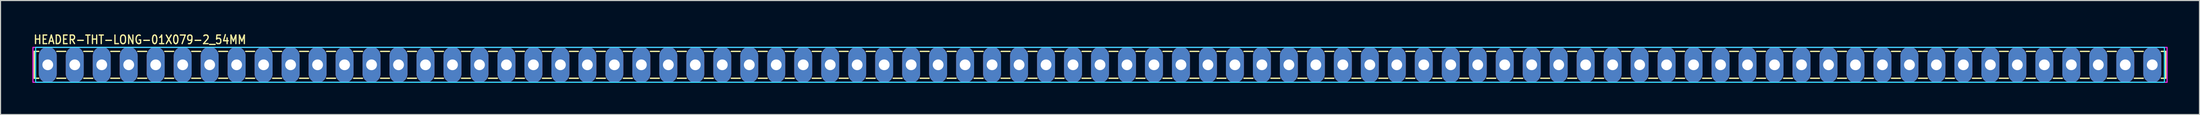
<source format=kicad_pcb>
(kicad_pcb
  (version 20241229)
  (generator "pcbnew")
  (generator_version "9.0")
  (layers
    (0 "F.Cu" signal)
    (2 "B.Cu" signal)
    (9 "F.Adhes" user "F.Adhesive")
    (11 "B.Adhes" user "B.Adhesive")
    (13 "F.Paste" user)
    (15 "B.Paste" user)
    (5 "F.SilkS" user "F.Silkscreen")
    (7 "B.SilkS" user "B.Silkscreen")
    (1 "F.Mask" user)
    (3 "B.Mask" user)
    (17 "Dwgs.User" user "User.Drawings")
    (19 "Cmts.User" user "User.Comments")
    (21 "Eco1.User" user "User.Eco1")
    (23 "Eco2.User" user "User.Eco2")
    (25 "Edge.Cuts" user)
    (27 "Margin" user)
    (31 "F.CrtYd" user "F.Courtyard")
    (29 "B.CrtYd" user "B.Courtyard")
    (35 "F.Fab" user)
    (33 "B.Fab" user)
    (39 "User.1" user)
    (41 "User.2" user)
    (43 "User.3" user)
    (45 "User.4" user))
  (footprint "HEADER-THT-LONG-01X079-2_54MM"
    (layer "F.Cu")
    (at 1.447 3.079)
    (property "Reference" "HEADER-THT-LONG-01X079-2_54MM" (at -1.4 -1.9 0) (unlocked yes) (layer "F.SilkS") (effects (font (size 0.813 0.695) (thickness 0.122)) (justify left bottom)))
    (fp_line (start -1.27 -1.27) (end -1.27 1.27) (stroke (width 0.127) (type solid)) (layer "F.SilkS"))
    (fp_line (start -1.27 1.27) (end -0.85 1.27) (stroke (width 0.127) (type solid)) (layer "F.SilkS"))
    (fp_line (start -0.85 -1.27) (end -1.27 -1.27) (stroke (width 0.127) (type solid)) (layer "F.SilkS"))
    (fp_line (start 0.85 -1.27) (end 1.69 -1.27) (stroke (width 0.127) (type solid)) (layer "F.SilkS"))
    (fp_line (start 0.85 1.27) (end 1.69 1.27) (stroke (width 0.127) (type solid)) (layer "F.SilkS"))
    (fp_line (start 3.39 -1.27) (end 4.23 -1.27) (stroke (width 0.127) (type solid)) (layer "F.SilkS"))
    (fp_line (start 3.39 1.27) (end 4.23 1.27) (stroke (width 0.127) (type solid)) (layer "F.SilkS"))
    (fp_line (start 5.93 -1.27) (end 6.77 -1.27) (stroke (width 0.127) (type solid)) (layer "F.SilkS"))
    (fp_line (start 5.93 1.27) (end 6.77 1.27) (stroke (width 0.127) (type solid)) (layer "F.SilkS"))
    (fp_line (start 8.47 -1.27) (end 9.31 -1.27) (stroke (width 0.127) (type solid)) (layer "F.SilkS"))
    (fp_line (start 8.47 1.27) (end 9.31 1.27) (stroke (width 0.127) (type solid)) (layer "F.SilkS"))
    (fp_line (start 11.01 -1.27) (end 11.85 -1.27) (stroke (width 0.127) (type solid)) (layer "F.SilkS"))
    (fp_line (start 11.01 1.27) (end 11.85 1.27) (stroke (width 0.127) (type solid)) (layer "F.SilkS"))
    (fp_line (start 13.55 -1.27) (end 14.39 -1.27) (stroke (width 0.127) (type solid)) (layer "F.SilkS"))
    (fp_line (start 13.55 1.27) (end 14.39 1.27) (stroke (width 0.127) (type solid)) (layer "F.SilkS"))
    (fp_line (start 16.09 -1.27) (end 16.93 -1.27) (stroke (width 0.127) (type solid)) (layer "F.SilkS"))
    (fp_line (start 16.09 1.27) (end 16.93 1.27) (stroke (width 0.127) (type solid)) (layer "F.SilkS"))
    (fp_line (start 18.63 -1.27) (end 19.47 -1.27) (stroke (width 0.127) (type solid)) (layer "F.SilkS"))
    (fp_line (start 18.63 1.27) (end 19.47 1.27) (stroke (width 0.127) (type solid)) (layer "F.SilkS"))
    (fp_line (start 21.17 -1.27) (end 22.01 -1.27) (stroke (width 0.127) (type solid)) (layer "F.SilkS"))
    (fp_line (start 21.17 1.27) (end 22.01 1.27) (stroke (width 0.127) (type solid)) (layer "F.SilkS"))
    (fp_line (start 23.71 -1.27) (end 24.55 -1.27) (stroke (width 0.127) (type solid)) (layer "F.SilkS"))
    (fp_line (start 23.71 1.27) (end 24.55 1.27) (stroke (width 0.127) (type solid)) (layer "F.SilkS"))
    (fp_line (start 26.25 -1.27) (end 27.09 -1.27) (stroke (width 0.127) (type solid)) (layer "F.SilkS"))
    (fp_line (start 26.25 1.27) (end 27.09 1.27) (stroke (width 0.127) (type solid)) (layer "F.SilkS"))
    (fp_line (start 28.79 -1.27) (end 29.63 -1.27) (stroke (width 0.127) (type solid)) (layer "F.SilkS"))
    (fp_line (start 28.79 1.27) (end 29.63 1.27) (stroke (width 0.127) (type solid)) (layer "F.SilkS"))
    (fp_line (start 31.33 -1.27) (end 32.17 -1.27) (stroke (width 0.127) (type solid)) (layer "F.SilkS"))
    (fp_line (start 31.33 1.27) (end 32.17 1.27) (stroke (width 0.127) (type solid)) (layer "F.SilkS"))
    (fp_line (start 33.87 -1.27) (end 34.71 -1.27) (stroke (width 0.127) (type solid)) (layer "F.SilkS"))
    (fp_line (start 33.87 1.27) (end 34.71 1.27) (stroke (width 0.127) (type solid)) (layer "F.SilkS"))
    (fp_line (start 36.41 -1.27) (end 37.25 -1.27) (stroke (width 0.127) (type solid)) (layer "F.SilkS"))
    (fp_line (start 36.41 1.27) (end 37.25 1.27) (stroke (width 0.127) (type solid)) (layer "F.SilkS"))
    (fp_line (start 38.95 -1.27) (end 39.79 -1.27) (stroke (width 0.127) (type solid)) (layer "F.SilkS"))
    (fp_line (start 38.95 1.27) (end 39.79 1.27) (stroke (width 0.127) (type solid)) (layer "F.SilkS"))
    (fp_line (start 41.49 -1.27) (end 42.33 -1.27) (stroke (width 0.127) (type solid)) (layer "F.SilkS"))
    (fp_line (start 41.49 1.27) (end 42.33 1.27) (stroke (width 0.127) (type solid)) (layer "F.SilkS"))
    (fp_line (start 44.03 -1.27) (end 44.87 -1.27) (stroke (width 0.127) (type solid)) (layer "F.SilkS"))
    (fp_line (start 44.03 1.27) (end 44.87 1.27) (stroke (width 0.127) (type solid)) (layer "F.SilkS"))
    (fp_line (start 46.57 -1.27) (end 47.41 -1.27) (stroke (width 0.127) (type solid)) (layer "F.SilkS"))
    (fp_line (start 46.57 1.27) (end 47.41 1.27) (stroke (width 0.127) (type solid)) (layer "F.SilkS"))
    (fp_line (start 49.11 -1.27) (end 49.95 -1.27) (stroke (width 0.127) (type solid)) (layer "F.SilkS"))
    (fp_line (start 49.11 1.27) (end 49.95 1.27) (stroke (width 0.127) (type solid)) (layer "F.SilkS"))
    (fp_line (start 51.65 -1.27) (end 52.49 -1.27) (stroke (width 0.127) (type solid)) (layer "F.SilkS"))
    (fp_line (start 51.65 1.27) (end 52.49 1.27) (stroke (width 0.127) (type solid)) (layer "F.SilkS"))
    (fp_line (start 54.19 -1.27) (end 55.03 -1.27) (stroke (width 0.127) (type solid)) (layer "F.SilkS"))
    (fp_line (start 54.19 1.27) (end 55.03 1.27) (stroke (width 0.127) (type solid)) (layer "F.SilkS"))
    (fp_line (start 56.73 -1.27) (end 57.57 -1.27) (stroke (width 0.127) (type solid)) (layer "F.SilkS"))
    (fp_line (start 56.73 1.27) (end 57.57 1.27) (stroke (width 0.127) (type solid)) (layer "F.SilkS"))
    (fp_line (start 59.27 -1.27) (end 60.11 -1.27) (stroke (width 0.127) (type solid)) (layer "F.SilkS"))
    (fp_line (start 59.27 1.27) (end 60.11 1.27) (stroke (width 0.127) (type solid)) (layer "F.SilkS"))
    (fp_line (start 61.81 -1.27) (end 62.65 -1.27) (stroke (width 0.127) (type solid)) (layer "F.SilkS"))
    (fp_line (start 61.81 1.27) (end 62.65 1.27) (stroke (width 0.127) (type solid)) (layer "F.SilkS"))
    (fp_line (start 64.35 -1.27) (end 65.19 -1.27) (stroke (width 0.127) (type solid)) (layer "F.SilkS"))
    (fp_line (start 64.35 1.27) (end 65.19 1.27) (stroke (width 0.127) (type solid)) (layer "F.SilkS"))
    (fp_line (start 66.89 -1.27) (end 67.73 -1.27) (stroke (width 0.127) (type solid)) (layer "F.SilkS"))
    (fp_line (start 66.89 1.27) (end 67.73 1.27) (stroke (width 0.127) (type solid)) (layer "F.SilkS"))
    (fp_line (start 69.43 -1.27) (end 70.27 -1.27) (stroke (width 0.127) (type solid)) (layer "F.SilkS"))
    (fp_line (start 69.43 1.27) (end 70.27 1.27) (stroke (width 0.127) (type solid)) (layer "F.SilkS"))
    (fp_line (start 71.97 -1.27) (end 72.81 -1.27) (stroke (width 0.127) (type solid)) (layer "F.SilkS"))
    (fp_line (start 71.97 1.27) (end 72.81 1.27) (stroke (width 0.127) (type solid)) (layer "F.SilkS"))
    (fp_line (start 74.51 -1.27) (end 75.35 -1.27) (stroke (width 0.127) (type solid)) (layer "F.SilkS"))
    (fp_line (start 74.51 1.27) (end 75.35 1.27) (stroke (width 0.127) (type solid)) (layer "F.SilkS"))
    (fp_line (start 77.05 -1.27) (end 77.89 -1.27) (stroke (width 0.127) (type solid)) (layer "F.SilkS"))
    (fp_line (start 77.05 1.27) (end 77.89 1.27) (stroke (width 0.127) (type solid)) (layer "F.SilkS"))
    (fp_line (start 79.59 -1.27) (end 80.43 -1.27) (stroke (width 0.127) (type solid)) (layer "F.SilkS"))
    (fp_line (start 79.59 1.27) (end 80.43 1.27) (stroke (width 0.127) (type solid)) (layer "F.SilkS"))
    (fp_line (start 82.13 -1.27) (end 82.97 -1.27) (stroke (width 0.127) (type solid)) (layer "F.SilkS"))
    (fp_line (start 82.13 1.27) (end 82.97 1.27) (stroke (width 0.127) (type solid)) (layer "F.SilkS"))
    (fp_line (start 84.67 -1.27) (end 85.51 -1.27) (stroke (width 0.127) (type solid)) (layer "F.SilkS"))
    (fp_line (start 84.67 1.27) (end 85.51 1.27) (stroke (width 0.127) (type solid)) (layer "F.SilkS"))
    (fp_line (start 87.21 -1.27) (end 88.05 -1.27) (stroke (width 0.127) (type solid)) (layer "F.SilkS"))
    (fp_line (start 87.21 1.27) (end 88.05 1.27) (stroke (width 0.127) (type solid)) (layer "F.SilkS"))
    (fp_line (start 89.75 -1.27) (end 90.59 -1.27) (stroke (width 0.127) (type solid)) (layer "F.SilkS"))
    (fp_line (start 89.75 1.27) (end 90.59 1.27) (stroke (width 0.127) (type solid)) (layer "F.SilkS"))
    (fp_line (start 92.29 -1.27) (end 93.13 -1.27) (stroke (width 0.127) (type solid)) (layer "F.SilkS"))
    (fp_line (start 92.29 1.27) (end 93.13 1.27) (stroke (width 0.127) (type solid)) (layer "F.SilkS"))
    (fp_line (start 94.83 -1.27) (end 95.67 -1.27) (stroke (width 0.127) (type solid)) (layer "F.SilkS"))
    (fp_line (start 94.83 1.27) (end 95.67 1.27) (stroke (width 0.127) (type solid)) (layer "F.SilkS"))
    (fp_line (start 97.37 -1.27) (end 98.21 -1.27) (stroke (width 0.127) (type solid)) (layer "F.SilkS"))
    (fp_line (start 97.37 1.27) (end 98.21 1.27) (stroke (width 0.127) (type solid)) (layer "F.SilkS"))
    (fp_line (start 99.91 -1.27) (end 100.75 -1.27) (stroke (width 0.127) (type solid)) (layer "F.SilkS"))
    (fp_line (start 99.91 1.27) (end 100.75 1.27) (stroke (width 0.127) (type solid)) (layer "F.SilkS"))
    (fp_line (start 102.45 -1.27) (end 103.29 -1.27) (stroke (width 0.127) (type solid)) (layer "F.SilkS"))
    (fp_line (start 102.45 1.27) (end 103.29 1.27) (stroke (width 0.127) (type solid)) (layer "F.SilkS"))
    (fp_line (start 104.99 -1.27) (end 105.83 -1.27) (stroke (width 0.127) (type solid)) (layer "F.SilkS"))
    (fp_line (start 104.99 1.27) (end 105.83 1.27) (stroke (width 0.127) (type solid)) (layer "F.SilkS"))
    (fp_line (start 107.53 -1.27) (end 108.37 -1.27) (stroke (width 0.127) (type solid)) (layer "F.SilkS"))
    (fp_line (start 107.53 1.27) (end 108.37 1.27) (stroke (width 0.127) (type solid)) (layer "F.SilkS"))
    (fp_line (start 110.07 -1.27) (end 110.91 -1.27) (stroke (width 0.127) (type solid)) (layer "F.SilkS"))
    (fp_line (start 110.07 1.27) (end 110.91 1.27) (stroke (width 0.127) (type solid)) (layer "F.SilkS"))
    (fp_line (start 112.61 -1.27) (end 113.45 -1.27) (stroke (width 0.127) (type solid)) (layer "F.SilkS"))
    (fp_line (start 112.61 1.27) (end 113.45 1.27) (stroke (width 0.127) (type solid)) (layer "F.SilkS"))
    (fp_line (start 115.15 -1.27) (end 115.99 -1.27) (stroke (width 0.127) (type solid)) (layer "F.SilkS"))
    (fp_line (start 115.15 1.27) (end 115.99 1.27) (stroke (width 0.127) (type solid)) (layer "F.SilkS"))
    (fp_line (start 117.69 -1.27) (end 118.53 -1.27) (stroke (width 0.127) (type solid)) (layer "F.SilkS"))
    (fp_line (start 117.69 1.27) (end 118.53 1.27) (stroke (width 0.127) (type solid)) (layer "F.SilkS"))
    (fp_line (start 120.23 -1.27) (end 121.07 -1.27) (stroke (width 0.127) (type solid)) (layer "F.SilkS"))
    (fp_line (start 120.23 1.27) (end 121.07 1.27) (stroke (width 0.127) (type solid)) (layer "F.SilkS"))
    (fp_line (start 122.77 -1.27) (end 123.61 -1.27) (stroke (width 0.127) (type solid)) (layer "F.SilkS"))
    (fp_line (start 122.77 1.27) (end 123.61 1.27) (stroke (width 0.127) (type solid)) (layer "F.SilkS"))
    (fp_line (start 125.31 -1.27) (end 126.15 -1.27) (stroke (width 0.127) (type solid)) (layer "F.SilkS"))
    (fp_line (start 125.31 1.27) (end 126.15 1.27) (stroke (width 0.127) (type solid)) (layer "F.SilkS"))
    (fp_line (start 127.85 -1.27) (end 128.69 -1.27) (stroke (width 0.127) (type solid)) (layer "F.SilkS"))
    (fp_line (start 127.85 1.27) (end 128.69 1.27) (stroke (width 0.127) (type solid)) (layer "F.SilkS"))
    (fp_line (start 130.39 -1.27) (end 131.23 -1.27) (stroke (width 0.127) (type solid)) (layer "F.SilkS"))
    (fp_line (start 130.39 1.27) (end 131.23 1.27) (stroke (width 0.127) (type solid)) (layer "F.SilkS"))
    (fp_line (start 132.93 -1.27) (end 133.77 -1.27) (stroke (width 0.127) (type solid)) (layer "F.SilkS"))
    (fp_line (start 132.93 1.27) (end 133.77 1.27) (stroke (width 0.127) (type solid)) (layer "F.SilkS"))
    (fp_line (start 135.47 -1.27) (end 136.31 -1.27) (stroke (width 0.127) (type solid)) (layer "F.SilkS"))
    (fp_line (start 135.47 1.27) (end 136.31 1.27) (stroke (width 0.127) (type solid)) (layer "F.SilkS"))
    (fp_line (start 138.01 -1.27) (end 138.85 -1.27) (stroke (width 0.127) (type solid)) (layer "F.SilkS"))
    (fp_line (start 138.01 1.27) (end 138.85 1.27) (stroke (width 0.127) (type solid)) (layer "F.SilkS"))
    (fp_line (start 140.55 -1.27) (end 141.39 -1.27) (stroke (width 0.127) (type solid)) (layer "F.SilkS"))
    (fp_line (start 140.55 1.27) (end 141.39 1.27) (stroke (width 0.127) (type solid)) (layer "F.SilkS"))
    (fp_line (start 143.09 -1.27) (end 143.93 -1.27) (stroke (width 0.127) (type solid)) (layer "F.SilkS"))
    (fp_line (start 143.09 1.27) (end 143.93 1.27) (stroke (width 0.127) (type solid)) (layer "F.SilkS"))
    (fp_line (start 145.63 -1.27) (end 146.47 -1.27) (stroke (width 0.127) (type solid)) (layer "F.SilkS"))
    (fp_line (start 145.63 1.27) (end 146.47 1.27) (stroke (width 0.127) (type solid)) (layer "F.SilkS"))
    (fp_line (start 148.17 -1.27) (end 149.01 -1.27) (stroke (width 0.127) (type solid)) (layer "F.SilkS"))
    (fp_line (start 148.17 1.27) (end 149.01 1.27) (stroke (width 0.127) (type solid)) (layer "F.SilkS"))
    (fp_line (start 150.71 -1.27) (end 151.55 -1.27) (stroke (width 0.127) (type solid)) (layer "F.SilkS"))
    (fp_line (start 150.71 1.27) (end 151.55 1.27) (stroke (width 0.127) (type solid)) (layer "F.SilkS"))
    (fp_line (start 153.25 -1.27) (end 154.09 -1.27) (stroke (width 0.127) (type solid)) (layer "F.SilkS"))
    (fp_line (start 153.25 1.27) (end 154.09 1.27) (stroke (width 0.127) (type solid)) (layer "F.SilkS"))
    (fp_line (start 155.79 -1.27) (end 156.63 -1.27) (stroke (width 0.127) (type solid)) (layer "F.SilkS"))
    (fp_line (start 155.79 1.27) (end 156.63 1.27) (stroke (width 0.127) (type solid)) (layer "F.SilkS"))
    (fp_line (start 158.33 -1.27) (end 159.17 -1.27) (stroke (width 0.127) (type solid)) (layer "F.SilkS"))
    (fp_line (start 158.33 1.27) (end 159.17 1.27) (stroke (width 0.127) (type solid)) (layer "F.SilkS"))
    (fp_line (start 160.87 -1.27) (end 161.71 -1.27) (stroke (width 0.127) (type solid)) (layer "F.SilkS"))
    (fp_line (start 160.87 1.27) (end 161.71 1.27) (stroke (width 0.127) (type solid)) (layer "F.SilkS"))
    (fp_line (start 163.41 -1.27) (end 164.25 -1.27) (stroke (width 0.127) (type solid)) (layer "F.SilkS"))
    (fp_line (start 163.41 1.27) (end 164.25 1.27) (stroke (width 0.127) (type solid)) (layer "F.SilkS"))
    (fp_line (start 165.95 -1.27) (end 166.79 -1.27) (stroke (width 0.127) (type solid)) (layer "F.SilkS"))
    (fp_line (start 165.95 1.27) (end 166.79 1.27) (stroke (width 0.127) (type solid)) (layer "F.SilkS"))
    (fp_line (start 168.49 -1.27) (end 169.33 -1.27) (stroke (width 0.127) (type solid)) (layer "F.SilkS"))
    (fp_line (start 168.49 1.27) (end 169.33 1.27) (stroke (width 0.127) (type solid)) (layer "F.SilkS"))
    (fp_line (start 171.03 -1.27) (end 171.87 -1.27) (stroke (width 0.127) (type solid)) (layer "F.SilkS"))
    (fp_line (start 171.03 1.27) (end 171.87 1.27) (stroke (width 0.127) (type solid)) (layer "F.SilkS"))
    (fp_line (start 173.57 -1.27) (end 174.41 -1.27) (stroke (width 0.127) (type solid)) (layer "F.SilkS"))
    (fp_line (start 173.57 1.27) (end 174.41 1.27) (stroke (width 0.127) (type solid)) (layer "F.SilkS"))
    (fp_line (start 176.11 -1.27) (end 176.95 -1.27) (stroke (width 0.127) (type solid)) (layer "F.SilkS"))
    (fp_line (start 176.11 1.27) (end 176.95 1.27) (stroke (width 0.127) (type solid)) (layer "F.SilkS"))
    (fp_line (start 178.65 -1.27) (end 179.49 -1.27) (stroke (width 0.127) (type solid)) (layer "F.SilkS"))
    (fp_line (start 178.65 1.27) (end 179.49 1.27) (stroke (width 0.127) (type solid)) (layer "F.SilkS"))
    (fp_line (start 181.19 -1.27) (end 182.03 -1.27) (stroke (width 0.127) (type solid)) (layer "F.SilkS"))
    (fp_line (start 181.19 1.27) (end 182.03 1.27) (stroke (width 0.127) (type solid)) (layer "F.SilkS"))
    (fp_line (start 183.73 -1.27) (end 184.57 -1.27) (stroke (width 0.127) (type solid)) (layer "F.SilkS"))
    (fp_line (start 183.73 1.27) (end 184.57 1.27) (stroke (width 0.127) (type solid)) (layer "F.SilkS"))
    (fp_line (start 186.27 -1.27) (end 187.11 -1.27) (stroke (width 0.127) (type solid)) (layer "F.SilkS"))
    (fp_line (start 186.27 1.27) (end 187.11 1.27) (stroke (width 0.127) (type solid)) (layer "F.SilkS"))
    (fp_line (start 188.81 -1.27) (end 189.65 -1.27) (stroke (width 0.127) (type solid)) (layer "F.SilkS"))
    (fp_line (start 188.81 1.27) (end 189.65 1.27) (stroke (width 0.127) (type solid)) (layer "F.SilkS"))
    (fp_line (start 191.35 -1.27) (end 192.19 -1.27) (stroke (width 0.127) (type solid)) (layer "F.SilkS"))
    (fp_line (start 191.35 1.27) (end 192.19 1.27) (stroke (width 0.127) (type solid)) (layer "F.SilkS"))
    (fp_line (start 193.89 -1.27) (end 194.73 -1.27) (stroke (width 0.127) (type solid)) (layer "F.SilkS"))
    (fp_line (start 193.89 1.27) (end 194.73 1.27) (stroke (width 0.127) (type solid)) (layer "F.SilkS"))
    (fp_line (start 196.43 -1.27) (end 197.27 -1.27) (stroke (width 0.127) (type solid)) (layer "F.SilkS"))
    (fp_line (start 196.43 1.27) (end 197.27 1.27) (stroke (width 0.127) (type solid)) (layer "F.SilkS"))
    (fp_line (start 198.97 -1.27) (end 199.39 -1.27) (stroke (width 0.127) (type solid)) (layer "F.SilkS"))
    (fp_line (start 199.39 -1.27) (end 199.39 1.27) (stroke (width 0.127) (type solid)) (layer "F.SilkS"))
    (fp_line (start 199.39 1.27) (end 198.97 1.27) (stroke (width 0.127) (type solid)) (layer "F.SilkS"))
    (fp_poly (pts (xy -1.143 -1.651) (xy 199.263 -1.651) (xy 199.263 1.651) (xy -1.143 1.651)) (stroke (width 0.1) (type solid)) (fill no) (layer "B.CrtYd"))
    (fp_poly (pts (xy -1.397 -1.651) (xy 199.517 -1.651) (xy 199.517 1.651) (xy -1.397 1.651)) (stroke (width 0.1) (type solid)) (fill no) (layer "F.CrtYd"))
    (pad "1" thru_hole oval (at 0 0 90) (size 3.387 1.693) (drill 1.016) (layers "*.Cu" "*.Mask"))
    (pad "2" thru_hole oval (at 2.54 0 90) (size 3.387 1.693) (drill 1.016) (layers "*.Cu" "*.Mask"))
    (pad "3" thru_hole oval (at 5.08 0 90) (size 3.387 1.693) (drill 1.016) (layers "*.Cu" "*.Mask"))
    (pad "4" thru_hole oval (at 7.62 0 90) (size 3.387 1.693) (drill 1.016) (layers "*.Cu" "*.Mask"))
    (pad "5" thru_hole oval (at 10.16 0 90) (size 3.387 1.693) (drill 1.016) (layers "*.Cu" "*.Mask"))
    (pad "6" thru_hole oval (at 12.7 0 90) (size 3.387 1.693) (drill 1.016) (layers "*.Cu" "*.Mask"))
    (pad "7" thru_hole oval (at 15.24 0 90) (size 3.387 1.693) (drill 1.016) (layers "*.Cu" "*.Mask"))
    (pad "8" thru_hole oval (at 17.78 0 90) (size 3.387 1.693) (drill 1.016) (layers "*.Cu" "*.Mask"))
    (pad "9" thru_hole oval (at 20.32 0 90) (size 3.387 1.693) (drill 1.016) (layers "*.Cu" "*.Mask"))
    (pad "10" thru_hole oval (at 22.86 0 90) (size 3.387 1.693) (drill 1.016) (layers "*.Cu" "*.Mask"))
    (pad "11" thru_hole oval (at 25.4 0 90) (size 3.387 1.693) (drill 1.016) (layers "*.Cu" "*.Mask"))
    (pad "12" thru_hole oval (at 27.94 0 90) (size 3.387 1.693) (drill 1.016) (layers "*.Cu" "*.Mask"))
    (pad "13" thru_hole oval (at 30.48 0 90) (size 3.387 1.693) (drill 1.016) (layers "*.Cu" "*.Mask"))
    (pad "14" thru_hole oval (at 33.02 0 90) (size 3.387 1.693) (drill 1.016) (layers "*.Cu" "*.Mask"))
    (pad "15" thru_hole oval (at 35.56 0 90) (size 3.387 1.693) (drill 1.016) (layers "*.Cu" "*.Mask"))
    (pad "16" thru_hole oval (at 38.1 0 90) (size 3.387 1.693) (drill 1.016) (layers "*.Cu" "*.Mask"))
    (pad "17" thru_hole oval (at 40.64 0 90) (size 3.387 1.693) (drill 1.016) (layers "*.Cu" "*.Mask"))
    (pad "18" thru_hole oval (at 43.18 0 90) (size 3.387 1.693) (drill 1.016) (layers "*.Cu" "*.Mask"))
    (pad "19" thru_hole oval (at 45.72 0 90) (size 3.387 1.693) (drill 1.016) (layers "*.Cu" "*.Mask"))
    (pad "20" thru_hole oval (at 48.26 0 90) (size 3.387 1.693) (drill 1.016) (layers "*.Cu" "*.Mask"))
    (pad "21" thru_hole oval (at 50.8 0 90) (size 3.387 1.693) (drill 1.016) (layers "*.Cu" "*.Mask"))
    (pad "22" thru_hole oval (at 53.34 0 90) (size 3.387 1.693) (drill 1.016) (layers "*.Cu" "*.Mask"))
    (pad "23" thru_hole oval (at 55.88 0 90) (size 3.387 1.693) (drill 1.016) (layers "*.Cu" "*.Mask"))
    (pad "24" thru_hole oval (at 58.42 0 90) (size 3.387 1.693) (drill 1.016) (layers "*.Cu" "*.Mask"))
    (pad "25" thru_hole oval (at 60.96 0 90) (size 3.387 1.693) (drill 1.016) (layers "*.Cu" "*.Mask"))
    (pad "26" thru_hole oval (at 63.5 0 90) (size 3.387 1.693) (drill 1.016) (layers "*.Cu" "*.Mask"))
    (pad "27" thru_hole oval (at 66.04 0 90) (size 3.387 1.693) (drill 1.016) (layers "*.Cu" "*.Mask"))
    (pad "28" thru_hole oval (at 68.58 0 90) (size 3.387 1.693) (drill 1.016) (layers "*.Cu" "*.Mask"))
    (pad "29" thru_hole oval (at 71.12 0 90) (size 3.387 1.693) (drill 1.016) (layers "*.Cu" "*.Mask"))
    (pad "30" thru_hole oval (at 73.66 0 90) (size 3.387 1.693) (drill 1.016) (layers "*.Cu" "*.Mask"))
    (pad "31" thru_hole oval (at 76.2 0 90) (size 3.387 1.693) (drill 1.016) (layers "*.Cu" "*.Mask"))
    (pad "32" thru_hole oval (at 78.74 0 90) (size 3.387 1.693) (drill 1.016) (layers "*.Cu" "*.Mask"))
    (pad "33" thru_hole oval (at 81.28 0 90) (size 3.387 1.693) (drill 1.016) (layers "*.Cu" "*.Mask"))
    (pad "34" thru_hole oval (at 83.82 0 90) (size 3.387 1.693) (drill 1.016) (layers "*.Cu" "*.Mask"))
    (pad "35" thru_hole oval (at 86.36 0 90) (size 3.387 1.693) (drill 1.016) (layers "*.Cu" "*.Mask"))
    (pad "36" thru_hole oval (at 88.9 0 90) (size 3.387 1.693) (drill 1.016) (layers "*.Cu" "*.Mask"))
    (pad "37" thru_hole oval (at 91.44 0 90) (size 3.387 1.693) (drill 1.016) (layers "*.Cu" "*.Mask"))
    (pad "38" thru_hole oval (at 93.98 0 90) (size 3.387 1.693) (drill 1.016) (layers "*.Cu" "*.Mask"))
    (pad "39" thru_hole oval (at 96.52 0 90) (size 3.387 1.693) (drill 1.016) (layers "*.Cu" "*.Mask"))
    (pad "40" thru_hole oval (at 99.06 0 90) (size 3.387 1.693) (drill 1.016) (layers "*.Cu" "*.Mask"))
    (pad "41" thru_hole oval (at 101.6 0 90) (size 3.387 1.693) (drill 1.016) (layers "*.Cu" "*.Mask"))
    (pad "42" thru_hole oval (at 104.14 0 90) (size 3.387 1.693) (drill 1.016) (layers "*.Cu" "*.Mask"))
    (pad "43" thru_hole oval (at 106.68 0 90) (size 3.387 1.693) (drill 1.016) (layers "*.Cu" "*.Mask"))
    (pad "44" thru_hole oval (at 109.22 0 90) (size 3.387 1.693) (drill 1.016) (layers "*.Cu" "*.Mask"))
    (pad "45" thru_hole oval (at 111.76 0 90) (size 3.387 1.693) (drill 1.016) (layers "*.Cu" "*.Mask"))
    (pad "46" thru_hole oval (at 114.3 0 90) (size 3.387 1.693) (drill 1.016) (layers "*.Cu" "*.Mask"))
    (pad "47" thru_hole oval (at 116.84 0 90) (size 3.387 1.693) (drill 1.016) (layers "*.Cu" "*.Mask"))
    (pad "48" thru_hole oval (at 119.38 0 90) (size 3.387 1.693) (drill 1.016) (layers "*.Cu" "*.Mask"))
    (pad "49" thru_hole oval (at 121.92 0 90) (size 3.387 1.693) (drill 1.016) (layers "*.Cu" "*.Mask"))
    (pad "50" thru_hole oval (at 124.46 0 90) (size 3.387 1.693) (drill 1.016) (layers "*.Cu" "*.Mask"))
    (pad "51" thru_hole oval (at 127 0 90) (size 3.387 1.693) (drill 1.016) (layers "*.Cu" "*.Mask"))
    (pad "52" thru_hole oval (at 129.54 0 90) (size 3.387 1.693) (drill 1.016) (layers "*.Cu" "*.Mask"))
    (pad "53" thru_hole oval (at 132.08 0 90) (size 3.387 1.693) (drill 1.016) (layers "*.Cu" "*.Mask"))
    (pad "54" thru_hole oval (at 134.62 0 90) (size 3.387 1.693) (drill 1.016) (layers "*.Cu" "*.Mask"))
    (pad "55" thru_hole oval (at 137.16 0 90) (size 3.387 1.693) (drill 1.016) (layers "*.Cu" "*.Mask"))
    (pad "56" thru_hole oval (at 139.7 0 90) (size 3.387 1.693) (drill 1.016) (layers "*.Cu" "*.Mask"))
    (pad "57" thru_hole oval (at 142.24 0 90) (size 3.387 1.693) (drill 1.016) (layers "*.Cu" "*.Mask"))
    (pad "58" thru_hole oval (at 144.78 0 90) (size 3.387 1.693) (drill 1.016) (layers "*.Cu" "*.Mask"))
    (pad "59" thru_hole oval (at 147.32 0 90) (size 3.387 1.693) (drill 1.016) (layers "*.Cu" "*.Mask"))
    (pad "60" thru_hole oval (at 149.86 0 90) (size 3.387 1.693) (drill 1.016) (layers "*.Cu" "*.Mask"))
    (pad "61" thru_hole oval (at 152.4 0 90) (size 3.387 1.693) (drill 1.016) (layers "*.Cu" "*.Mask"))
    (pad "62" thru_hole oval (at 154.94 0 90) (size 3.387 1.693) (drill 1.016) (layers "*.Cu" "*.Mask"))
    (pad "63" thru_hole oval (at 157.48 0 90) (size 3.387 1.693) (drill 1.016) (layers "*.Cu" "*.Mask"))
    (pad "64" thru_hole oval (at 160.02 0 90) (size 3.387 1.693) (drill 1.016) (layers "*.Cu" "*.Mask"))
    (pad "65" thru_hole oval (at 162.56 0 90) (size 3.387 1.693) (drill 1.016) (layers "*.Cu" "*.Mask"))
    (pad "66" thru_hole oval (at 165.1 0 90) (size 3.387 1.693) (drill 1.016) (layers "*.Cu" "*.Mask"))
    (pad "67" thru_hole oval (at 167.64 0 90) (size 3.387 1.693) (drill 1.016) (layers "*.Cu" "*.Mask"))
    (pad "68" thru_hole oval (at 170.18 0 90) (size 3.387 1.693) (drill 1.016) (layers "*.Cu" "*.Mask"))
    (pad "69" thru_hole oval (at 172.72 0 90) (size 3.387 1.693) (drill 1.016) (layers "*.Cu" "*.Mask"))
    (pad "70" thru_hole oval (at 175.26 0 90) (size 3.387 1.693) (drill 1.016) (layers "*.Cu" "*.Mask"))
    (pad "71" thru_hole oval (at 177.8 0 90) (size 3.387 1.693) (drill 1.016) (layers "*.Cu" "*.Mask"))
    (pad "72" thru_hole oval (at 180.34 0 90) (size 3.387 1.693) (drill 1.016) (layers "*.Cu" "*.Mask"))
    (pad "73" thru_hole oval (at 182.88 0 90) (size 3.387 1.693) (drill 1.016) (layers "*.Cu" "*.Mask"))
    (pad "74" thru_hole oval (at 185.42 0 90) (size 3.387 1.693) (drill 1.016) (layers "*.Cu" "*.Mask"))
    (pad "75" thru_hole oval (at 187.96 0 90) (size 3.387 1.693) (drill 1.016) (layers "*.Cu" "*.Mask"))
    (pad "76" thru_hole oval (at 190.5 0 90) (size 3.387 1.693) (drill 1.016) (layers "*.Cu" "*.Mask"))
    (pad "77" thru_hole oval (at 193.04 0 90) (size 3.387 1.693) (drill 1.016) (layers "*.Cu" "*.Mask"))
    (pad "78" thru_hole oval (at 195.58 0 90) (size 3.387 1.693) (drill 1.016) (layers "*.Cu" "*.Mask"))
    (pad "79" thru_hole oval (at 198.12 0 90) (size 3.387 1.693) (drill 1.016) (layers "*.Cu" "*.Mask")))
  (gr_rect
    (start -3 -3)
    (end 204.014 7.78)
    (stroke (width 0.1) (type default))
    (fill no)
    (layer "Edge.Cuts")))
</source>
